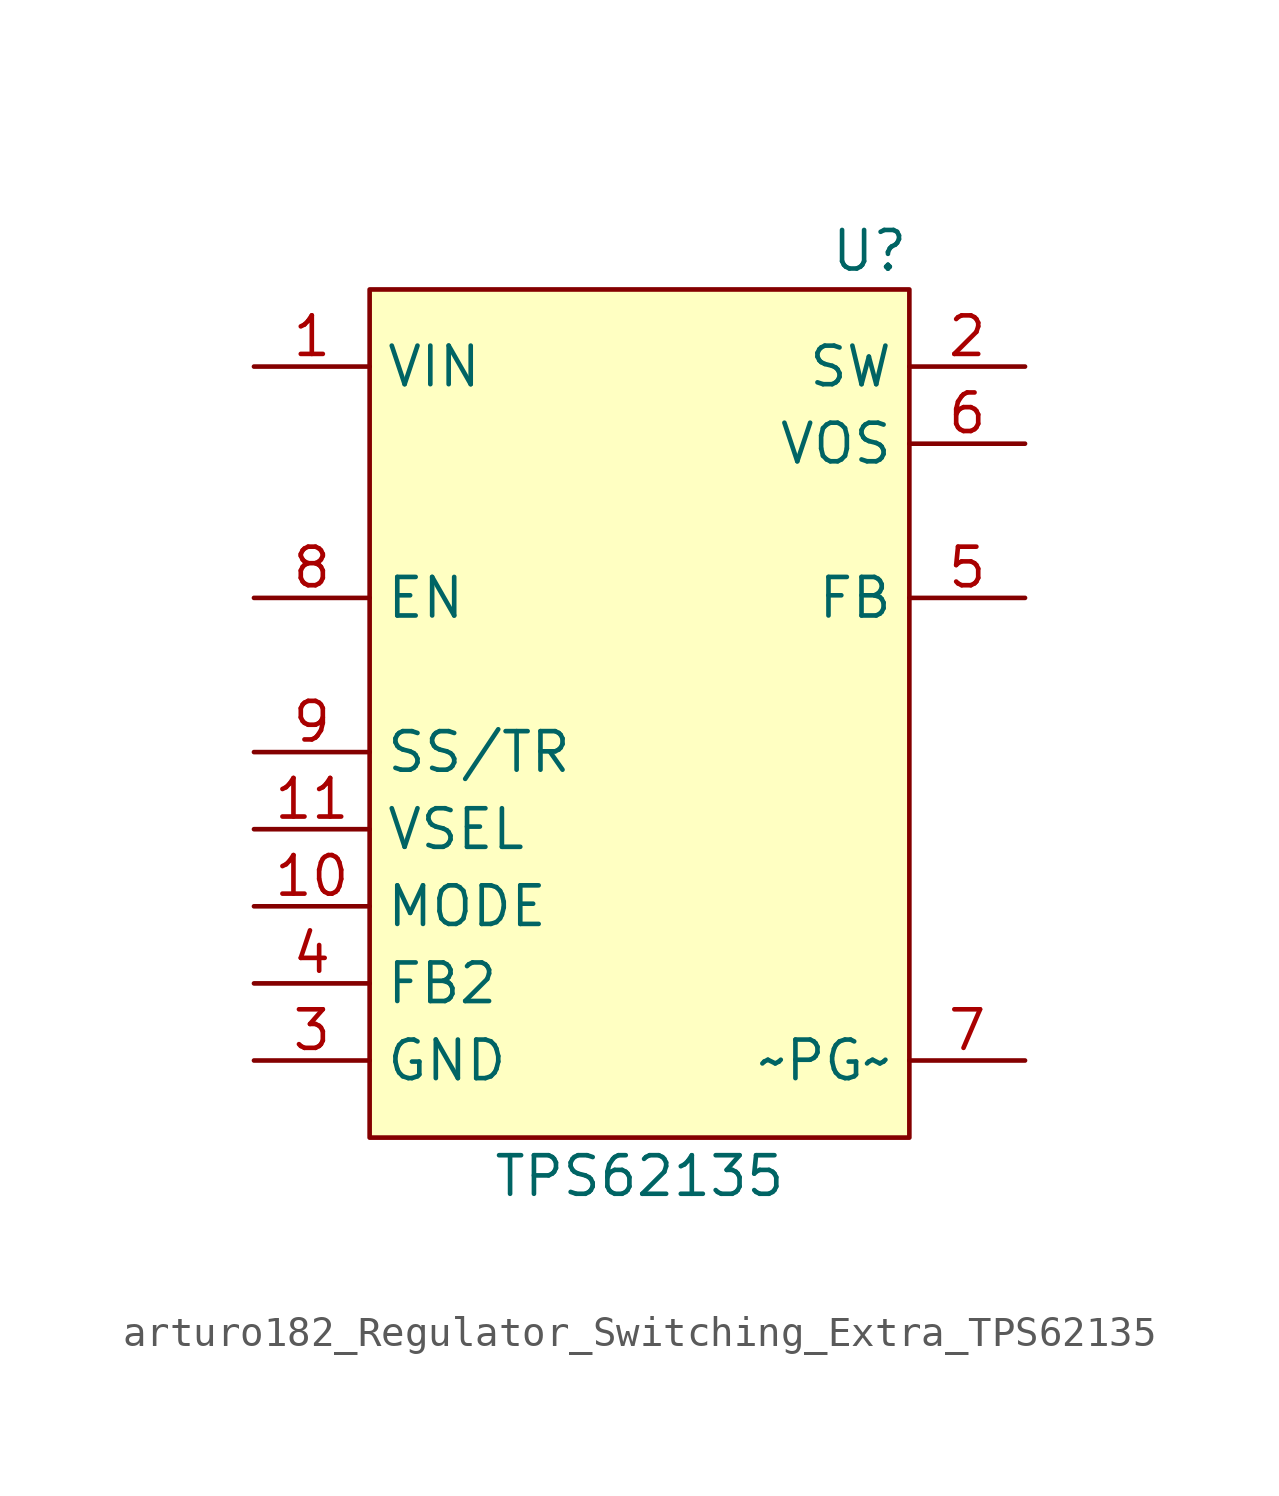
<source format=kicad_sym>
(kicad_symbol_lib
  (version 20220914)
  (generator kicad_symbol_editor)
  (symbol "Regulator_Switching_Extra:arturo182_Regulator_Switching_Extra_TPS62135"
    (property "Reference" "U"
      (at 8.89 13.97 0)
      (effects (font (size 1.27 1.27)) (justify right)))
    (property "Value" "TPS62135"
      (at 0 -16.51 0)
      (effects (font (size 1.27 1.27))))
    (symbol "arturo182_Regulator_Switching_Extra_TPS62135_0_1"
      (rectangle (start -8.89 12.7) (end 8.89 -15.24) (stroke (width 0)) (fill (type background))))
    (symbol "arturo182_Regulator_Switching_Extra_TPS62135_1_1"
      (pin power_in line (at -12.7 10.16 0) (length 3.81) (name "VIN" (effects (font (size 1.27 1.27)))) (number "1" (effects (font (size 1.27 1.27)))))
      (pin input line (at -12.7 -7.62 0) (length 3.81) (name "MODE" (effects (font (size 1.27 1.27)))) (number "10" (effects (font (size 1.27 1.27)))))
      (pin input line (at -12.7 -5.08 0) (length 3.81) (name "VSEL" (effects (font (size 1.27 1.27)))) (number "11" (effects (font (size 1.27 1.27)))))
      (pin power_out line (at 12.7 10.16 180) (length 3.81) (name "SW" (effects (font (size 1.27 1.27)))) (number "2" (effects (font (size 1.27 1.27)))))
      (pin power_in line (at -12.7 -12.7 0) (length 3.81) (name "GND" (effects (font (size 1.27 1.27)))) (number "3" (effects (font (size 1.27 1.27)))))
      (pin output line (at -12.7 -10.16 0) (length 3.81) (name "FB2" (effects (font (size 1.27 1.27)))) (number "4" (effects (font (size 1.27 1.27)))))
      (pin input line (at 12.7 2.54 180) (length 3.81) (name "FB" (effects (font (size 1.27 1.27)))) (number "5" (effects (font (size 1.27 1.27)))))
      (pin input line (at 12.7 7.62 180) (length 3.81) (name "VOS" (effects (font (size 1.27 1.27)))) (number "6" (effects (font (size 1.27 1.27)))))
      (pin output line (at 12.7 -12.7 180) (length 3.81) (name "~PG~" (effects (font (size 1.27 1.27)))) (number "7" (effects (font (size 1.27 1.27)))))
      (pin input line (at -12.7 2.54 0) (length 3.81) (name "EN" (effects (font (size 1.27 1.27)))) (number "8" (effects (font (size 1.27 1.27)))))
      (pin input line (at -12.7 -2.54 0) (length 3.81) (name "SS/TR" (effects (font (size 1.27 1.27)))) (number "9" (effects (font (size 1.27 1.27))))))))
</source>
